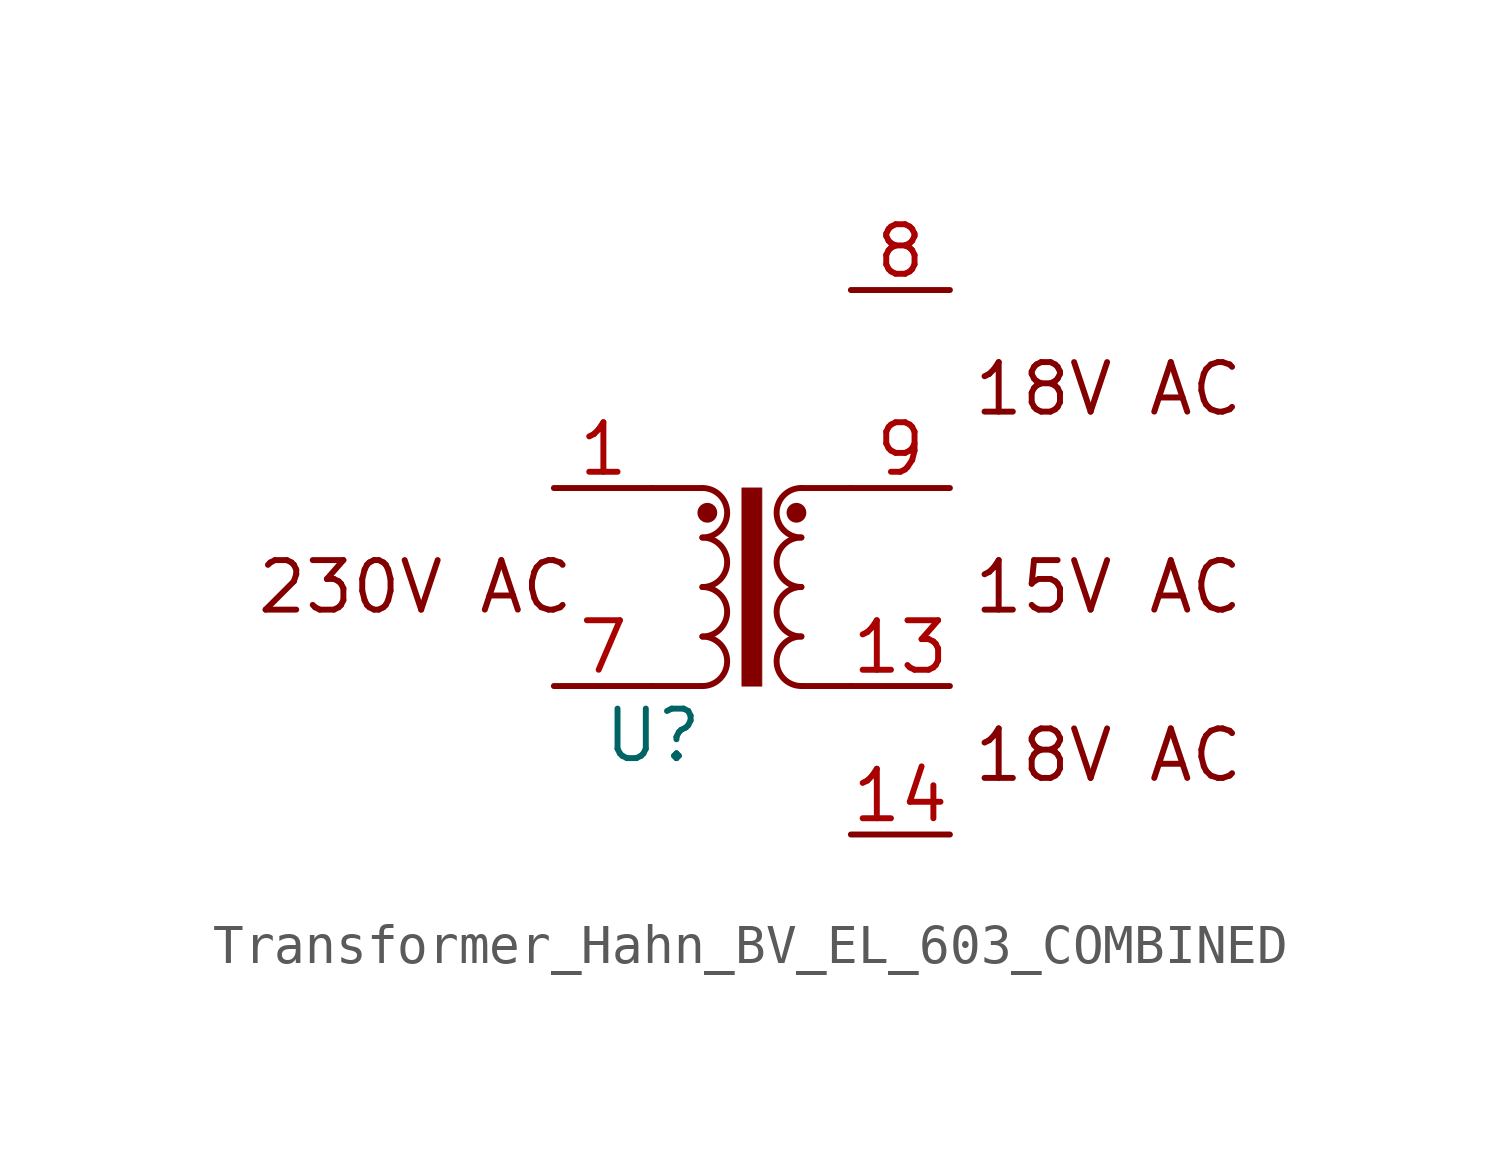
<source format=kicad_sym>
(kicad_symbol_lib
  (version 20231120)
  (generator "kicad_symbol_editor")
  (generator_version "8.0")
  (symbol "Transformer_Hahn_BV_EL_603_COMBINED"
    (property "Reference" "U"
      (at 0 0 0)
      (effects (font (size 1.27 1.27))))
    (property "Value" ""
      (at 0 0 0)
      (effects (font (size 1.27 1.27))))
    (symbol "Transformer_Hahn_BV_EL_603_COMBINED_0_1"
      (polyline (pts (xy 0 1.27) (xy 1.27 1.27)) (stroke (width 0) (type default)) (fill (type none)))
      (polyline (pts (xy 0 6.35) (xy 1.27 6.35)) (stroke (width 0) (type default)) (fill (type none)))
      (polyline (pts (xy 3.81 1.27) (xy 5.08 1.27)) (stroke (width 0) (type default)) (fill (type none)))
      (polyline (pts (xy 3.81 6.35) (xy 5.08 6.35)) (stroke (width 0) (type default)) (fill (type none)))
      (arc (start 1.27 1.27) (mid 1.9023 1.905) (end 1.27 2.54) (stroke (width 0) (type default)) (fill (type none)))
      (arc (start 1.27 2.54) (mid 1.9023 3.175) (end 1.27 3.81) (stroke (width 0) (type default)) (fill (type none)))
      (rectangle (start 2.286 6.35) (end 2.794 1.27) (stroke (width 0.025) (type default)) (fill (type outline))))
    (symbol "Transformer_Hahn_BV_EL_603_COMBINED_1_1"
      (arc (start 1.27 3.81) (mid 1.9023 4.445) (end 1.27 5.08) (stroke (width 0) (type default)) (fill (type none)))
      (arc (start 1.27 5.08) (mid 1.9023 5.715) (end 1.27 6.35) (stroke (width 0) (type default)) (fill (type none)))
      (circle (center 1.397 5.715) (radius 0.127) (stroke (width 0.254) (type default)) (fill (type none)))
      (circle (center 3.683 5.715) (radius 0.127) (stroke (width 0.254) (type default)) (fill (type none)))
      (arc (start 3.81 2.54) (mid 3.1777 1.905) (end 3.81 1.27) (stroke (width 0) (type default)) (fill (type none)))
      (arc (start 3.81 3.81) (mid 3.1777 3.175) (end 3.81 2.54) (stroke (width 0) (type default)) (fill (type none)))
      (arc (start 3.81 5.08) (mid 3.1777 4.445) (end 3.81 3.81) (stroke (width 0) (type default)) (fill (type none)))
      (arc (start 3.81 6.35) (mid 3.1777 5.715) (end 3.81 5.08) (stroke (width 0) (type default)) (fill (type none)))
      (text "15V AC" (at 11.684 3.81 0) (effects (font (size 1.27 1.27))))
      (text "18V AC" (at 11.684 -0.508 0) (effects (font (size 1.27 1.27))))
      (text "18V AC" (at 11.684 8.89 0) (effects (font (size 1.27 1.27))))
      (text "230V AC" (at -6.096 3.81 0) (effects (font (size 1.27 1.27))))
      (pin passive line (at -2.54 6.35 0) (length 2.54) (name "~" (effects (font (size 1.27 1.27)))) (number "1" (effects (font (size 1.27 1.27)))))
      (pin passive line (at 7.62 1.27 180) (length 2.54) (name "~" (effects (font (size 1.27 1.27)))) (number "13" (effects (font (size 1.27 1.27)))))
      (pin passive line (at 7.62 -2.54 180) (length 2.54) (name "~" (effects (font (size 1.27 1.27)))) (number "14" (effects (font (size 1.27 1.27)))))
      (pin no_connect line (at 3.81 6.35 270) (length 2.54) hide (name "NC" (effects (font (size 1.27 1.27)))) (number "2" (effects (font (size 1.27 1.27)))))
      (pin no_connect line (at 1.27 1.27 90) (length 2.54) hide (name "NC" (effects (font (size 1.27 1.27)))) (number "4" (effects (font (size 1.27 1.27)))))
      (pin no_connect line (at 3.81 1.27 90) (length 2.54) hide (name "NC" (effects (font (size 1.27 1.27)))) (number "5" (effects (font (size 1.27 1.27)))))
      (pin no_connect line (at 1.27 6.35 270) (length 2.54) hide (name "NC" (effects (font (size 1.27 1.27)))) (number "7" (effects (font (size 1.27 1.27)))))
      (pin passive line (at -2.54 1.27 0) (length 2.54) (name "~" (effects (font (size 1.27 1.27)))) (number "7" (effects (font (size 1.27 1.27)))))
      (pin passive line (at 7.62 11.43 180) (length 2.54) (name "~" (effects (font (size 1.27 1.27)))) (number "8" (effects (font (size 1.27 1.27)))))
      (pin passive line (at 7.62 6.35 180) (length 2.54) (name "~" (effects (font (size 1.27 1.27)))) (number "9" (effects (font (size 1.27 1.27))))))))
</source>
